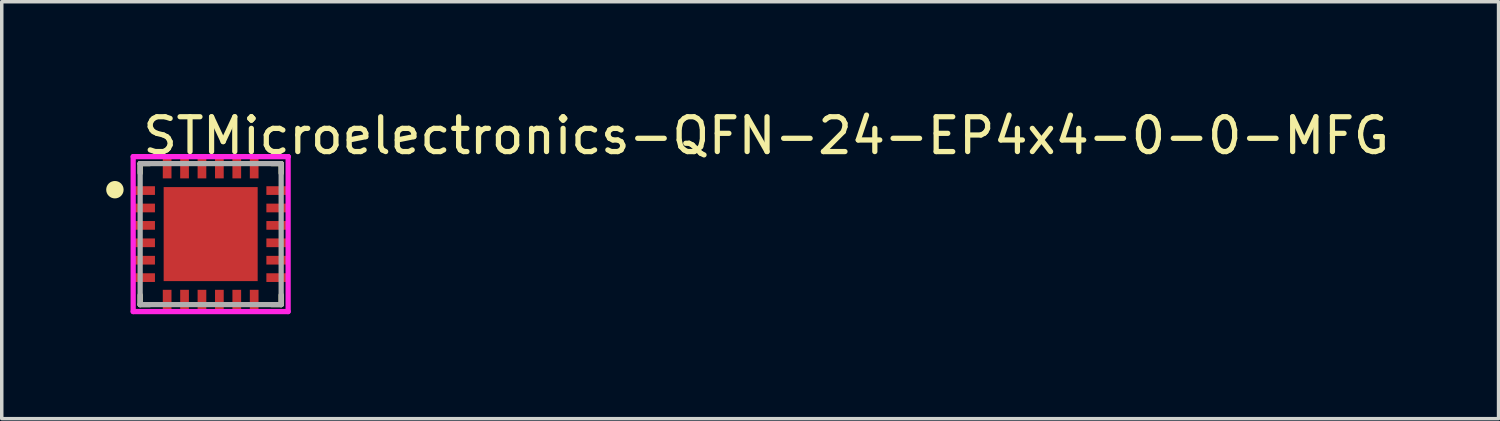
<source format=kicad_pcb>
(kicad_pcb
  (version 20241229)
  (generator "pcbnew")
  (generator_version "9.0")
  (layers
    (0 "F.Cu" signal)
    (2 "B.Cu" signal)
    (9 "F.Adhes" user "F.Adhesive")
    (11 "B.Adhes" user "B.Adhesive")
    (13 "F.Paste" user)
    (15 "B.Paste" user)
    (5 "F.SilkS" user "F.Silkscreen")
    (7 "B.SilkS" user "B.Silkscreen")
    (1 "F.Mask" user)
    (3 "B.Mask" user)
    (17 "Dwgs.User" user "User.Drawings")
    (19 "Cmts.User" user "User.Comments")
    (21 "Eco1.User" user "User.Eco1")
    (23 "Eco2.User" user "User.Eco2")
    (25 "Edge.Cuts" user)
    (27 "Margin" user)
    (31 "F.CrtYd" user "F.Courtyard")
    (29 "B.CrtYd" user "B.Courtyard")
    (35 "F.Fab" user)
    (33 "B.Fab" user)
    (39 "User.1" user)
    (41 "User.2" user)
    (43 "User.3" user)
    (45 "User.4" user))
  (footprint "STMicroelectronics-QFN-24-EP4x4-0-0-MFG"
    (layer "F.Cu")
    (at 3 3.673)
    (property "Reference" "STMicroelectronics-QFN-24-EP4x4-0-0-MFG" (at -2.025 -2.825 0) (layer "F.SilkS") (effects (font (size 1 1) (thickness 0.15)) (justify left)))
    (attr through_hole)
    (fp_line (start -2.025 -2.025) (end -1.75 -2.025) (stroke (width 0.15) (type solid)) (layer "F.SilkS"))
    (fp_line (start -2.025 -1.75) (end -2.025 -2.025) (stroke (width 0.15) (type solid)) (layer "F.SilkS"))
    (fp_line (start -2.025 2.025) (end -2.025 1.75) (stroke (width 0.15) (type solid)) (layer "F.SilkS"))
    (fp_line (start -2.025 2.025) (end -1.75 2.025) (stroke (width 0.15) (type solid)) (layer "F.SilkS"))
    (fp_line (start 1.75 -2.025) (end 2.025 -2.025) (stroke (width 0.15) (type solid)) (layer "F.SilkS"))
    (fp_line (start 1.75 2.025) (end 2.025 2.025) (stroke (width 0.15) (type solid)) (layer "F.SilkS"))
    (fp_line (start 2.025 -1.75) (end 2.025 -2.025) (stroke (width 0.15) (type solid)) (layer "F.SilkS"))
    (fp_line (start 2.025 2.025) (end 2.025 1.75) (stroke (width 0.15) (type solid)) (layer "F.SilkS"))
    (fp_circle (center -2.75 -1.275) (end -2.625 -1.275) (stroke (width 0.25) (type solid)) (fill no) (layer "F.SilkS"))
    (fp_line (start -2.225 -2.225) (end -2.225 2.225) (stroke (width 0.15) (type solid)) (layer "F.CrtYd"))
    (fp_line (start -2.225 2.225) (end 2.225 2.225) (stroke (width 0.15) (type solid)) (layer "F.CrtYd"))
    (fp_line (start 2.225 -2.225) (end -2.225 -2.225) (stroke (width 0.15) (type solid)) (layer "F.CrtYd"))
    (fp_line (start 2.225 -2.225) (end 2.225 -2.225) (stroke (width 0.15) (type solid)) (layer "F.CrtYd"))
    (fp_line (start 2.225 2.225) (end 2.225 -2.225) (stroke (width 0.15) (type solid)) (layer "F.CrtYd"))
    (fp_line (start -2.025 -2.025) (end 2.025 -2.025) (stroke (width 0.15) (type solid)) (layer "F.Fab"))
    (fp_line (start -2.025 2.025) (end -2.025 -2.025) (stroke (width 0.15) (type solid)) (layer "F.Fab"))
    (fp_line (start 2.025 -2.025) (end 2.025 2.025) (stroke (width 0.15) (type solid)) (layer "F.Fab"))
    (fp_line (start 2.025 2.025) (end -2.025 2.025) (stroke (width 0.15) (type solid)) (layer "F.Fab"))
    (pad "1" smd rect (at -1.9 -1.25) (size 0.6 0.25) (layers "F.Cu" "F.Mask" "F.Paste"))
    (pad "2" smd rect (at -1.9 -0.75) (size 0.6 0.25) (layers "F.Cu" "F.Mask" "F.Paste"))
    (pad "3" smd rect (at -1.9 -0.25) (size 0.6 0.25) (layers "F.Cu" "F.Mask" "F.Paste"))
    (pad "4" smd rect (at -1.9 0.25) (size 0.6 0.25) (layers "F.Cu" "F.Mask" "F.Paste"))
    (pad "5" smd rect (at -1.9 0.75) (size 0.6 0.25) (layers "F.Cu" "F.Mask" "F.Paste"))
    (pad "6" smd rect (at -1.9 1.25) (size 0.6 0.25) (layers "F.Cu" "F.Mask" "F.Paste"))
    (pad "7" smd rect (at -1.25 1.9) (size 0.25 0.6) (layers "F.Cu" "F.Mask" "F.Paste"))
    (pad "8" smd rect (at -0.75 1.9) (size 0.25 0.6) (layers "F.Cu" "F.Mask" "F.Paste"))
    (pad "9" smd rect (at -0.25 1.9) (size 0.25 0.6) (layers "F.Cu" "F.Mask" "F.Paste"))
    (pad "10" smd rect (at 0.25 1.9) (size 0.25 0.6) (layers "F.Cu" "F.Mask" "F.Paste"))
    (pad "11" smd rect (at 0.75 1.9) (size 0.25 0.6) (layers "F.Cu" "F.Mask" "F.Paste"))
    (pad "12" smd rect (at 1.25 1.9) (size 0.25 0.6) (layers "F.Cu" "F.Mask" "F.Paste"))
    (pad "13" smd rect (at 1.9 1.25) (size 0.6 0.25) (layers "F.Cu" "F.Mask" "F.Paste"))
    (pad "14" smd rect (at 1.9 0.75) (size 0.6 0.25) (layers "F.Cu" "F.Mask" "F.Paste"))
    (pad "15" smd rect (at 1.9 0.25) (size 0.6 0.25) (layers "F.Cu" "F.Mask" "F.Paste"))
    (pad "16" smd rect (at 1.9 -0.25) (size 0.6 0.25) (layers "F.Cu" "F.Mask" "F.Paste"))
    (pad "17" smd rect (at 1.9 -0.75) (size 0.6 0.25) (layers "F.Cu" "F.Mask" "F.Paste"))
    (pad "18" smd rect (at 1.9 -1.25) (size 0.6 0.25) (layers "F.Cu" "F.Mask" "F.Paste"))
    (pad "19" smd rect (at 1.25 -1.9) (size 0.25 0.6) (layers "F.Cu" "F.Mask" "F.Paste"))
    (pad "20" smd rect (at 0.75 -1.9) (size 0.25 0.6) (layers "F.Cu" "F.Mask" "F.Paste"))
    (pad "21" smd rect (at 0.25 -1.9) (size 0.25 0.6) (layers "F.Cu" "F.Mask" "F.Paste"))
    (pad "22" smd rect (at -0.25 -1.9) (size 0.25 0.6) (layers "F.Cu" "F.Mask" "F.Paste"))
    (pad "23" smd rect (at -0.75 -1.9) (size 0.25 0.6) (layers "F.Cu" "F.Mask" "F.Paste"))
    (pad "24" smd rect (at -1.25 -1.9) (size 0.25 0.6) (layers "F.Cu" "F.Mask" "F.Paste"))
    (pad "25" smd rect (at 0 0) (size 2.7 2.7) (layers "F.Cu" "F.Mask" "F.Paste")))
  (gr_rect
    (start -3 -3)
    (end 39.987 8.973)
    (stroke (width 0.1) (type default))
    (fill no)
    (layer "Edge.Cuts")))
</source>
